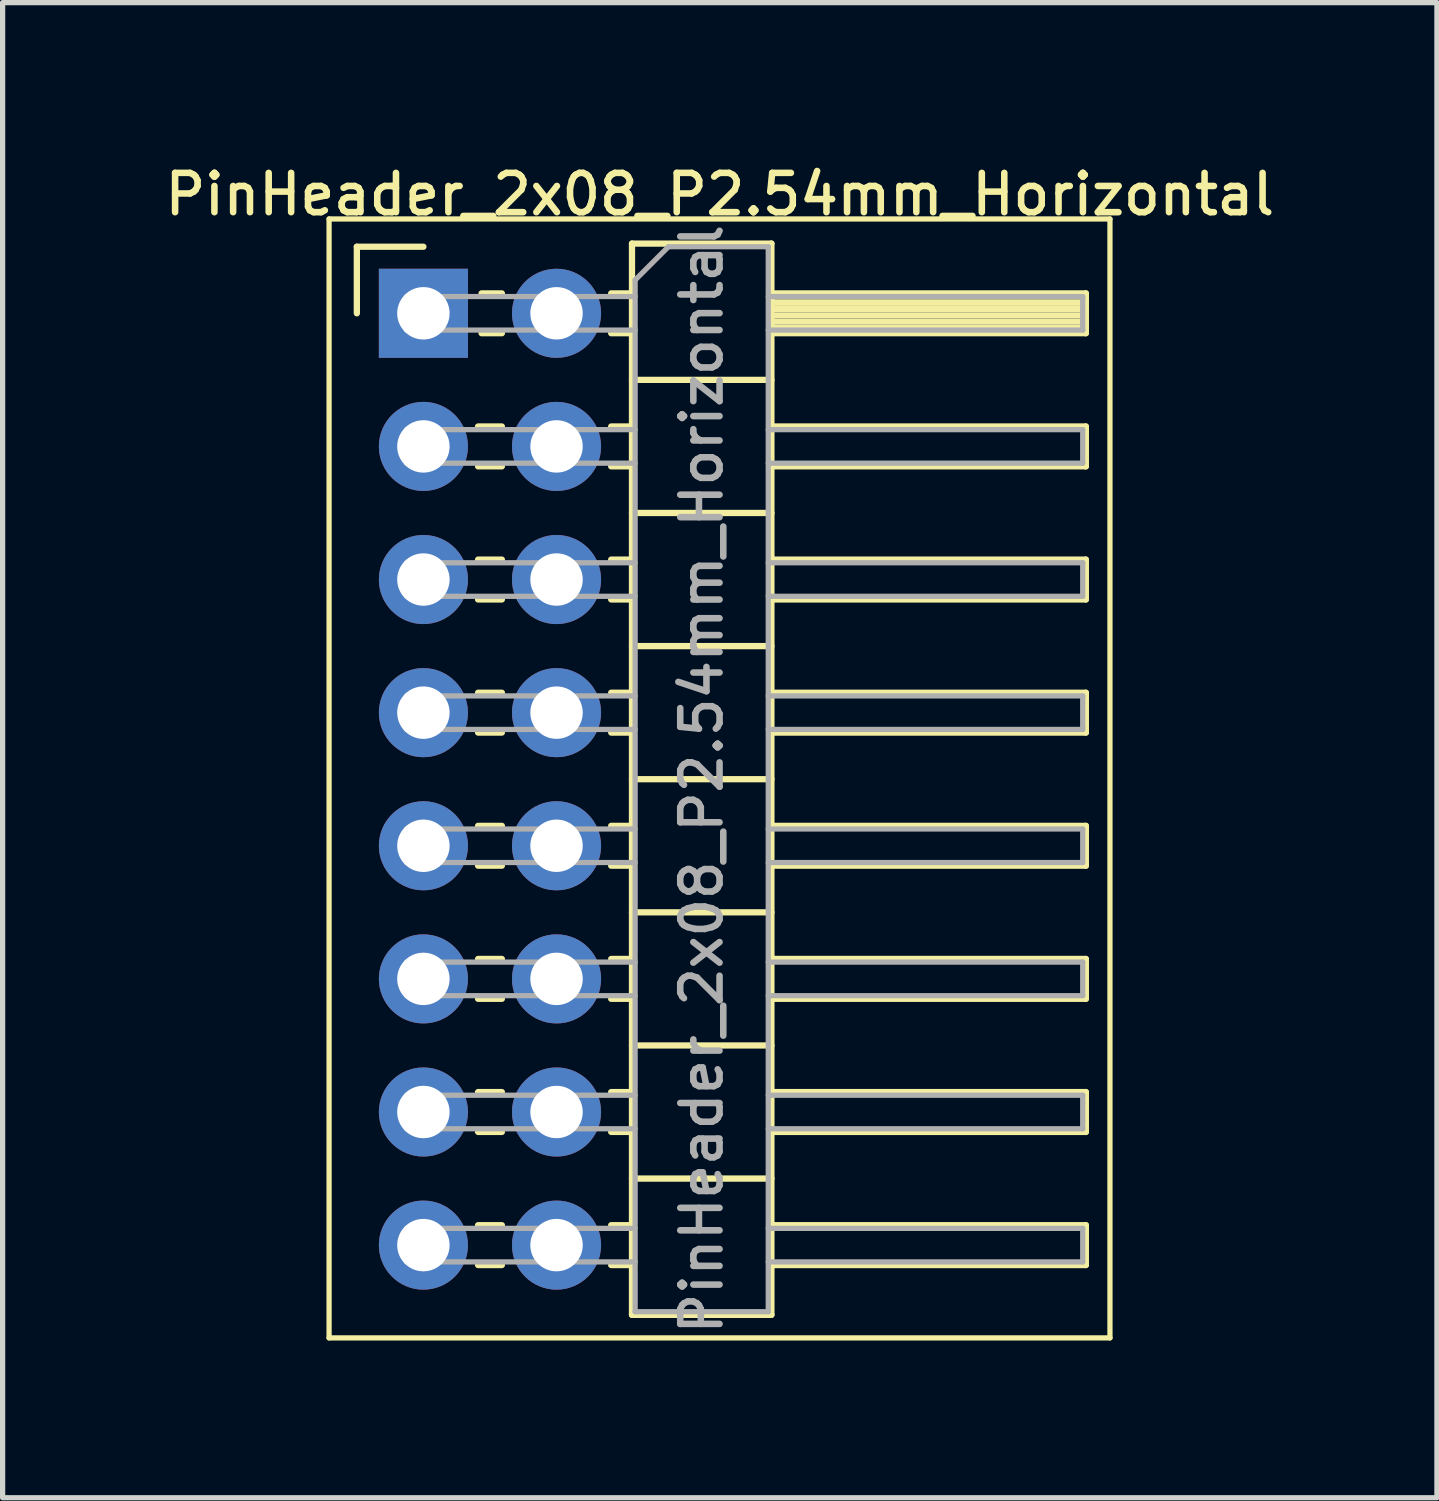
<source format=kicad_pcb>
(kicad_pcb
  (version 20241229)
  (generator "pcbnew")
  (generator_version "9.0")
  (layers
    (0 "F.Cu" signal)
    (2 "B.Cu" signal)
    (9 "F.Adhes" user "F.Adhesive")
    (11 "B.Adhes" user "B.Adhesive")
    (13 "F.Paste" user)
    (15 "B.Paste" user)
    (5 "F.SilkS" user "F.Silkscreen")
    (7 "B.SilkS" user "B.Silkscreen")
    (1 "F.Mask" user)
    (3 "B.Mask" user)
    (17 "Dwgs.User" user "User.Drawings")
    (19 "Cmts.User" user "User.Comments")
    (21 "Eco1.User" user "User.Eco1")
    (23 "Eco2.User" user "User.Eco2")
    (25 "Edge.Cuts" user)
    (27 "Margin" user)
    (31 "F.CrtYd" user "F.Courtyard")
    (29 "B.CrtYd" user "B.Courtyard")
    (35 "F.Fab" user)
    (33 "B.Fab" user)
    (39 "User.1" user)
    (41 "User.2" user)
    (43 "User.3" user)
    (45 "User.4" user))
  (footprint "PinHeader_2x08_P2.54mm_Horizontal"
    (layer "F.Cu")
    (at 5.029 2.928)
    (property "Reference" "PinHeader_2x08_P2.54mm_Horizontal" (at 5.655 -2.27 0) (layer "F.SilkS") (effects (font (size 0.75 0.75) (thickness 0.125))))
    (attr through_hole)
    (fp_line (start -1.8 -1.8) (end -1.8 19.55) (stroke (width 0.1) (type solid)) (layer "F.SilkS"))
    (fp_line (start -1.8 19.55) (end 13.1 19.55) (stroke (width 0.1) (type solid)) (layer "F.SilkS"))
    (fp_line (start -1.27 -1.27) (end 0 -1.27) (stroke (width 0.12) (type solid)) (layer "F.SilkS"))
    (fp_line (start -1.27 0) (end -1.27 -1.27) (stroke (width 0.12) (type solid)) (layer "F.SilkS"))
    (fp_line (start 1.043 2.16) (end 1.497 2.16) (stroke (width 0.12) (type solid)) (layer "F.SilkS"))
    (fp_line (start 1.043 2.92) (end 1.497 2.92) (stroke (width 0.12) (type solid)) (layer "F.SilkS"))
    (fp_line (start 1.043 4.7) (end 1.497 4.7) (stroke (width 0.12) (type solid)) (layer "F.SilkS"))
    (fp_line (start 1.043 5.46) (end 1.497 5.46) (stroke (width 0.12) (type solid)) (layer "F.SilkS"))
    (fp_line (start 1.043 7.24) (end 1.497 7.24) (stroke (width 0.12) (type solid)) (layer "F.SilkS"))
    (fp_line (start 1.043 8) (end 1.497 8) (stroke (width 0.12) (type solid)) (layer "F.SilkS"))
    (fp_line (start 1.043 9.78) (end 1.497 9.78) (stroke (width 0.12) (type solid)) (layer "F.SilkS"))
    (fp_line (start 1.043 10.54) (end 1.497 10.54) (stroke (width 0.12) (type solid)) (layer "F.SilkS"))
    (fp_line (start 1.043 12.32) (end 1.497 12.32) (stroke (width 0.12) (type solid)) (layer "F.SilkS"))
    (fp_line (start 1.043 13.08) (end 1.497 13.08) (stroke (width 0.12) (type solid)) (layer "F.SilkS"))
    (fp_line (start 1.043 14.86) (end 1.497 14.86) (stroke (width 0.12) (type solid)) (layer "F.SilkS"))
    (fp_line (start 1.043 15.62) (end 1.497 15.62) (stroke (width 0.12) (type solid)) (layer "F.SilkS"))
    (fp_line (start 1.043 17.4) (end 1.497 17.4) (stroke (width 0.12) (type solid)) (layer "F.SilkS"))
    (fp_line (start 1.043 18.16) (end 1.497 18.16) (stroke (width 0.12) (type solid)) (layer "F.SilkS"))
    (fp_line (start 1.11 -0.38) (end 1.497 -0.38) (stroke (width 0.12) (type solid)) (layer "F.SilkS"))
    (fp_line (start 1.11 0.38) (end 1.497 0.38) (stroke (width 0.12) (type solid)) (layer "F.SilkS"))
    (fp_line (start 3.583 -0.38) (end 3.98 -0.38) (stroke (width 0.12) (type solid)) (layer "F.SilkS"))
    (fp_line (start 3.583 0.38) (end 3.98 0.38) (stroke (width 0.12) (type solid)) (layer "F.SilkS"))
    (fp_line (start 3.583 2.16) (end 3.98 2.16) (stroke (width 0.12) (type solid)) (layer "F.SilkS"))
    (fp_line (start 3.583 2.92) (end 3.98 2.92) (stroke (width 0.12) (type solid)) (layer "F.SilkS"))
    (fp_line (start 3.583 4.7) (end 3.98 4.7) (stroke (width 0.12) (type solid)) (layer "F.SilkS"))
    (fp_line (start 3.583 5.46) (end 3.98 5.46) (stroke (width 0.12) (type solid)) (layer "F.SilkS"))
    (fp_line (start 3.583 7.24) (end 3.98 7.24) (stroke (width 0.12) (type solid)) (layer "F.SilkS"))
    (fp_line (start 3.583 8) (end 3.98 8) (stroke (width 0.12) (type solid)) (layer "F.SilkS"))
    (fp_line (start 3.583 9.78) (end 3.98 9.78) (stroke (width 0.12) (type solid)) (layer "F.SilkS"))
    (fp_line (start 3.583 10.54) (end 3.98 10.54) (stroke (width 0.12) (type solid)) (layer "F.SilkS"))
    (fp_line (start 3.583 12.32) (end 3.98 12.32) (stroke (width 0.12) (type solid)) (layer "F.SilkS"))
    (fp_line (start 3.583 13.08) (end 3.98 13.08) (stroke (width 0.12) (type solid)) (layer "F.SilkS"))
    (fp_line (start 3.583 14.86) (end 3.98 14.86) (stroke (width 0.12) (type solid)) (layer "F.SilkS"))
    (fp_line (start 3.583 15.62) (end 3.98 15.62) (stroke (width 0.12) (type solid)) (layer "F.SilkS"))
    (fp_line (start 3.583 17.4) (end 3.98 17.4) (stroke (width 0.12) (type solid)) (layer "F.SilkS"))
    (fp_line (start 3.583 18.16) (end 3.98 18.16) (stroke (width 0.12) (type solid)) (layer "F.SilkS"))
    (fp_line (start 3.98 -1.33) (end 3.98 19.11) (stroke (width 0.12) (type solid)) (layer "F.SilkS"))
    (fp_line (start 3.98 1.27) (end 6.64 1.27) (stroke (width 0.12) (type solid)) (layer "F.SilkS"))
    (fp_line (start 3.98 3.81) (end 6.64 3.81) (stroke (width 0.12) (type solid)) (layer "F.SilkS"))
    (fp_line (start 3.98 6.35) (end 6.64 6.35) (stroke (width 0.12) (type solid)) (layer "F.SilkS"))
    (fp_line (start 3.98 8.89) (end 6.64 8.89) (stroke (width 0.12) (type solid)) (layer "F.SilkS"))
    (fp_line (start 3.98 11.43) (end 6.64 11.43) (stroke (width 0.12) (type solid)) (layer "F.SilkS"))
    (fp_line (start 3.98 13.97) (end 6.64 13.97) (stroke (width 0.12) (type solid)) (layer "F.SilkS"))
    (fp_line (start 3.98 16.51) (end 6.64 16.51) (stroke (width 0.12) (type solid)) (layer "F.SilkS"))
    (fp_line (start 3.98 19.11) (end 6.64 19.11) (stroke (width 0.12) (type solid)) (layer "F.SilkS"))
    (fp_line (start 6.64 -1.33) (end 3.98 -1.33) (stroke (width 0.12) (type solid)) (layer "F.SilkS"))
    (fp_line (start 6.64 -0.38) (end 12.64 -0.38) (stroke (width 0.12) (type solid)) (layer "F.SilkS"))
    (fp_line (start 6.64 -0.32) (end 12.64 -0.32) (stroke (width 0.12) (type solid)) (layer "F.SilkS"))
    (fp_line (start 6.64 -0.2) (end 12.64 -0.2) (stroke (width 0.12) (type solid)) (layer "F.SilkS"))
    (fp_line (start 6.64 -0.08) (end 12.64 -0.08) (stroke (width 0.12) (type solid)) (layer "F.SilkS"))
    (fp_line (start 6.64 0.04) (end 12.64 0.04) (stroke (width 0.12) (type solid)) (layer "F.SilkS"))
    (fp_line (start 6.64 0.16) (end 12.64 0.16) (stroke (width 0.12) (type solid)) (layer "F.SilkS"))
    (fp_line (start 6.64 0.28) (end 12.64 0.28) (stroke (width 0.12) (type solid)) (layer "F.SilkS"))
    (fp_line (start 6.64 2.16) (end 12.64 2.16) (stroke (width 0.12) (type solid)) (layer "F.SilkS"))
    (fp_line (start 6.64 4.7) (end 12.64 4.7) (stroke (width 0.12) (type solid)) (layer "F.SilkS"))
    (fp_line (start 6.64 7.24) (end 12.64 7.24) (stroke (width 0.12) (type solid)) (layer "F.SilkS"))
    (fp_line (start 6.64 9.78) (end 12.64 9.78) (stroke (width 0.12) (type solid)) (layer "F.SilkS"))
    (fp_line (start 6.64 12.32) (end 12.64 12.32) (stroke (width 0.12) (type solid)) (layer "F.SilkS"))
    (fp_line (start 6.64 14.86) (end 12.64 14.86) (stroke (width 0.12) (type solid)) (layer "F.SilkS"))
    (fp_line (start 6.64 17.4) (end 12.64 17.4) (stroke (width 0.12) (type solid)) (layer "F.SilkS"))
    (fp_line (start 6.64 19.11) (end 6.64 -1.33) (stroke (width 0.12) (type solid)) (layer "F.SilkS"))
    (fp_line (start 12.64 -0.38) (end 12.64 0.38) (stroke (width 0.12) (type solid)) (layer "F.SilkS"))
    (fp_line (start 12.64 0.38) (end 6.64 0.38) (stroke (width 0.12) (type solid)) (layer "F.SilkS"))
    (fp_line (start 12.64 2.16) (end 12.64 2.92) (stroke (width 0.12) (type solid)) (layer "F.SilkS"))
    (fp_line (start 12.64 2.92) (end 6.64 2.92) (stroke (width 0.12) (type solid)) (layer "F.SilkS"))
    (fp_line (start 12.64 4.7) (end 12.64 5.46) (stroke (width 0.12) (type solid)) (layer "F.SilkS"))
    (fp_line (start 12.64 5.46) (end 6.64 5.46) (stroke (width 0.12) (type solid)) (layer "F.SilkS"))
    (fp_line (start 12.64 7.24) (end 12.64 8) (stroke (width 0.12) (type solid)) (layer "F.SilkS"))
    (fp_line (start 12.64 8) (end 6.64 8) (stroke (width 0.12) (type solid)) (layer "F.SilkS"))
    (fp_line (start 12.64 9.78) (end 12.64 10.54) (stroke (width 0.12) (type solid)) (layer "F.SilkS"))
    (fp_line (start 12.64 10.54) (end 6.64 10.54) (stroke (width 0.12) (type solid)) (layer "F.SilkS"))
    (fp_line (start 12.64 12.32) (end 12.64 13.08) (stroke (width 0.12) (type solid)) (layer "F.SilkS"))
    (fp_line (start 12.64 13.08) (end 6.64 13.08) (stroke (width 0.12) (type solid)) (layer "F.SilkS"))
    (fp_line (start 12.64 14.86) (end 12.64 15.62) (stroke (width 0.12) (type solid)) (layer "F.SilkS"))
    (fp_line (start 12.64 15.62) (end 6.64 15.62) (stroke (width 0.12) (type solid)) (layer "F.SilkS"))
    (fp_line (start 12.64 17.4) (end 12.64 18.16) (stroke (width 0.12) (type solid)) (layer "F.SilkS"))
    (fp_line (start 12.64 18.16) (end 6.64 18.16) (stroke (width 0.12) (type solid)) (layer "F.SilkS"))
    (fp_line (start 13.1 -1.8) (end -1.8 -1.8) (stroke (width 0.1) (type solid)) (layer "F.SilkS"))
    (fp_line (start 13.1 19.55) (end 13.1 -1.8) (stroke (width 0.1) (type solid)) (layer "F.SilkS"))
    (fp_line (start -0.32 -0.32) (end -0.32 0.32) (stroke (width 0.1) (type solid)) (layer "F.Fab"))
    (fp_line (start -0.32 -0.32) (end 4.04 -0.32) (stroke (width 0.1) (type solid)) (layer "F.Fab"))
    (fp_line (start -0.32 0.32) (end 4.04 0.32) (stroke (width 0.1) (type solid)) (layer "F.Fab"))
    (fp_line (start -0.32 2.22) (end -0.32 2.86) (stroke (width 0.1) (type solid)) (layer "F.Fab"))
    (fp_line (start -0.32 2.22) (end 4.04 2.22) (stroke (width 0.1) (type solid)) (layer "F.Fab"))
    (fp_line (start -0.32 2.86) (end 4.04 2.86) (stroke (width 0.1) (type solid)) (layer "F.Fab"))
    (fp_line (start -0.32 4.76) (end -0.32 5.4) (stroke (width 0.1) (type solid)) (layer "F.Fab"))
    (fp_line (start -0.32 4.76) (end 4.04 4.76) (stroke (width 0.1) (type solid)) (layer "F.Fab"))
    (fp_line (start -0.32 5.4) (end 4.04 5.4) (stroke (width 0.1) (type solid)) (layer "F.Fab"))
    (fp_line (start -0.32 7.3) (end -0.32 7.94) (stroke (width 0.1) (type solid)) (layer "F.Fab"))
    (fp_line (start -0.32 7.3) (end 4.04 7.3) (stroke (width 0.1) (type solid)) (layer "F.Fab"))
    (fp_line (start -0.32 7.94) (end 4.04 7.94) (stroke (width 0.1) (type solid)) (layer "F.Fab"))
    (fp_line (start -0.32 9.84) (end -0.32 10.48) (stroke (width 0.1) (type solid)) (layer "F.Fab"))
    (fp_line (start -0.32 9.84) (end 4.04 9.84) (stroke (width 0.1) (type solid)) (layer "F.Fab"))
    (fp_line (start -0.32 10.48) (end 4.04 10.48) (stroke (width 0.1) (type solid)) (layer "F.Fab"))
    (fp_line (start -0.32 12.38) (end -0.32 13.02) (stroke (width 0.1) (type solid)) (layer "F.Fab"))
    (fp_line (start -0.32 12.38) (end 4.04 12.38) (stroke (width 0.1) (type solid)) (layer "F.Fab"))
    (fp_line (start -0.32 13.02) (end 4.04 13.02) (stroke (width 0.1) (type solid)) (layer "F.Fab"))
    (fp_line (start -0.32 14.92) (end -0.32 15.56) (stroke (width 0.1) (type solid)) (layer "F.Fab"))
    (fp_line (start -0.32 14.92) (end 4.04 14.92) (stroke (width 0.1) (type solid)) (layer "F.Fab"))
    (fp_line (start -0.32 15.56) (end 4.04 15.56) (stroke (width 0.1) (type solid)) (layer "F.Fab"))
    (fp_line (start -0.32 17.46) (end -0.32 18.1) (stroke (width 0.1) (type solid)) (layer "F.Fab"))
    (fp_line (start -0.32 17.46) (end 4.04 17.46) (stroke (width 0.1) (type solid)) (layer "F.Fab"))
    (fp_line (start -0.32 18.1) (end 4.04 18.1) (stroke (width 0.1) (type solid)) (layer "F.Fab"))
    (fp_line (start 4.04 -0.635) (end 4.675 -1.27) (stroke (width 0.1) (type solid)) (layer "F.Fab"))
    (fp_line (start 4.04 19.05) (end 4.04 -0.635) (stroke (width 0.1) (type solid)) (layer "F.Fab"))
    (fp_line (start 4.675 -1.27) (end 6.58 -1.27) (stroke (width 0.1) (type solid)) (layer "F.Fab"))
    (fp_line (start 6.58 -1.27) (end 6.58 19.05) (stroke (width 0.1) (type solid)) (layer "F.Fab"))
    (fp_line (start 6.58 -0.32) (end 12.58 -0.32) (stroke (width 0.1) (type solid)) (layer "F.Fab"))
    (fp_line (start 6.58 0.32) (end 12.58 0.32) (stroke (width 0.1) (type solid)) (layer "F.Fab"))
    (fp_line (start 6.58 2.22) (end 12.58 2.22) (stroke (width 0.1) (type solid)) (layer "F.Fab"))
    (fp_line (start 6.58 2.86) (end 12.58 2.86) (stroke (width 0.1) (type solid)) (layer "F.Fab"))
    (fp_line (start 6.58 4.76) (end 12.58 4.76) (stroke (width 0.1) (type solid)) (layer "F.Fab"))
    (fp_line (start 6.58 5.4) (end 12.58 5.4) (stroke (width 0.1) (type solid)) (layer "F.Fab"))
    (fp_line (start 6.58 7.3) (end 12.58 7.3) (stroke (width 0.1) (type solid)) (layer "F.Fab"))
    (fp_line (start 6.58 7.94) (end 12.58 7.94) (stroke (width 0.1) (type solid)) (layer "F.Fab"))
    (fp_line (start 6.58 9.84) (end 12.58 9.84) (stroke (width 0.1) (type solid)) (layer "F.Fab"))
    (fp_line (start 6.58 10.48) (end 12.58 10.48) (stroke (width 0.1) (type solid)) (layer "F.Fab"))
    (fp_line (start 6.58 12.38) (end 12.58 12.38) (stroke (width 0.1) (type solid)) (layer "F.Fab"))
    (fp_line (start 6.58 13.02) (end 12.58 13.02) (stroke (width 0.1) (type solid)) (layer "F.Fab"))
    (fp_line (start 6.58 14.92) (end 12.58 14.92) (stroke (width 0.1) (type solid)) (layer "F.Fab"))
    (fp_line (start 6.58 15.56) (end 12.58 15.56) (stroke (width 0.1) (type solid)) (layer "F.Fab"))
    (fp_line (start 6.58 17.46) (end 12.58 17.46) (stroke (width 0.1) (type solid)) (layer "F.Fab"))
    (fp_line (start 6.58 18.1) (end 12.58 18.1) (stroke (width 0.1) (type solid)) (layer "F.Fab"))
    (fp_line (start 6.58 19.05) (end 4.04 19.05) (stroke (width 0.1) (type solid)) (layer "F.Fab"))
    (fp_line (start 12.58 -0.32) (end 12.58 0.32) (stroke (width 0.1) (type solid)) (layer "F.Fab"))
    (fp_line (start 12.58 2.22) (end 12.58 2.86) (stroke (width 0.1) (type solid)) (layer "F.Fab"))
    (fp_line (start 12.58 4.76) (end 12.58 5.4) (stroke (width 0.1) (type solid)) (layer "F.Fab"))
    (fp_line (start 12.58 7.3) (end 12.58 7.94) (stroke (width 0.1) (type solid)) (layer "F.Fab"))
    (fp_line (start 12.58 9.84) (end 12.58 10.48) (stroke (width 0.1) (type solid)) (layer "F.Fab"))
    (fp_line (start 12.58 12.38) (end 12.58 13.02) (stroke (width 0.1) (type solid)) (layer "F.Fab"))
    (fp_line (start 12.58 14.92) (end 12.58 15.56) (stroke (width 0.1) (type solid)) (layer "F.Fab"))
    (fp_line (start 12.58 17.46) (end 12.58 18.1) (stroke (width 0.1) (type solid)) (layer "F.Fab"))
    (fp_text user "${REFERENCE}" (at 5.31 8.89 90) (layer "F.Fab") (effects (font (size 0.75 0.75) (thickness 0.125))))
    (pad "1" thru_hole rect (at 0 0) (size 1.7 1.7) (drill 1) (layers "*.Cu" "*.Mask"))
    (pad "2" thru_hole oval (at 2.54 0) (size 1.7 1.7) (drill 1) (layers "*.Cu" "*.Mask"))
    (pad "3" thru_hole oval (at 0 2.54) (size 1.7 1.7) (drill 1) (layers "*.Cu" "*.Mask"))
    (pad "4" thru_hole oval (at 2.54 2.54) (size 1.7 1.7) (drill 1) (layers "*.Cu" "*.Mask"))
    (pad "5" thru_hole oval (at 0 5.08) (size 1.7 1.7) (drill 1) (layers "*.Cu" "*.Mask"))
    (pad "6" thru_hole oval (at 2.54 5.08) (size 1.7 1.7) (drill 1) (layers "*.Cu" "*.Mask"))
    (pad "7" thru_hole oval (at 0 7.62) (size 1.7 1.7) (drill 1) (layers "*.Cu" "*.Mask"))
    (pad "8" thru_hole oval (at 2.54 7.62) (size 1.7 1.7) (drill 1) (layers "*.Cu" "*.Mask"))
    (pad "9" thru_hole oval (at 0 10.16) (size 1.7 1.7) (drill 1) (layers "*.Cu" "*.Mask"))
    (pad "10" thru_hole oval (at 2.54 10.16) (size 1.7 1.7) (drill 1) (layers "*.Cu" "*.Mask"))
    (pad "11" thru_hole oval (at 0 12.7) (size 1.7 1.7) (drill 1) (layers "*.Cu" "*.Mask"))
    (pad "12" thru_hole oval (at 2.54 12.7) (size 1.7 1.7) (drill 1) (layers "*.Cu" "*.Mask"))
    (pad "13" thru_hole oval (at 0 15.24) (size 1.7 1.7) (drill 1) (layers "*.Cu" "*.Mask"))
    (pad "14" thru_hole oval (at 2.54 15.24) (size 1.7 1.7) (drill 1) (layers "*.Cu" "*.Mask"))
    (pad "15" thru_hole oval (at 0 17.78) (size 1.7 1.7) (drill 1) (layers "*.Cu" "*.Mask"))
    (pad "16" thru_hole oval (at 2.54 17.78) (size 1.7 1.7) (drill 1) (layers "*.Cu" "*.Mask")))
  (gr_rect
    (start -3 -3)
    (end 24.368 25.528)
    (stroke (width 0.1) (type default))
    (fill no)
    (layer "Edge.Cuts")))
</source>
